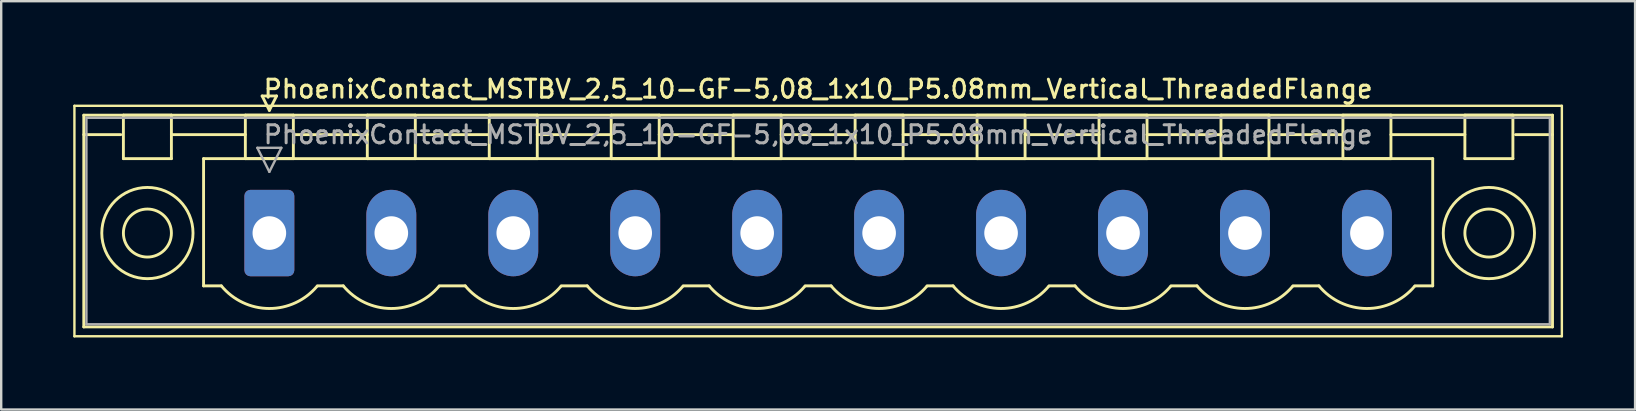
<source format=kicad_pcb>
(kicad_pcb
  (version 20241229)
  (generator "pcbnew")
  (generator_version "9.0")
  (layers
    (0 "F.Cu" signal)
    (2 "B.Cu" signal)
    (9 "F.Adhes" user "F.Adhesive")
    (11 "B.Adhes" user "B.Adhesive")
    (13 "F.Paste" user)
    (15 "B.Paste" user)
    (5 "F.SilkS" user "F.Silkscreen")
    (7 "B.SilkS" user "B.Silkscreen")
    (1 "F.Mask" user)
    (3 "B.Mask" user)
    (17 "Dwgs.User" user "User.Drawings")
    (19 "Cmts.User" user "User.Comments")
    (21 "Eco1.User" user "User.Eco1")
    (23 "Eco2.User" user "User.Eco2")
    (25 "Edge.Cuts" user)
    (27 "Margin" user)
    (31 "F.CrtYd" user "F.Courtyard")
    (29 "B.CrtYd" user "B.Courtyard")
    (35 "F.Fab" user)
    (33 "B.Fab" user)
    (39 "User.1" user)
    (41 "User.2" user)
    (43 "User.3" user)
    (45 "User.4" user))
  (footprint "PhoenixContact_MSTBV_2,5_10-GF-5,08_1x10_P5.08mm_Vertical_ThreadedFlange"
    (layer "F.Cu")
    (at 8.17 6.658)
    (property "Reference" "PhoenixContact_MSTBV_2,5_10-GF-5,08_1x10_P5.08mm_Vertical_ThreadedFlange" (at 22.86 -6 0) (layer "F.SilkS") (effects (font (size 0.75 0.75) (thickness 0.125))))
    (attr through_hole)
    (fp_line (start -8.12 -5.3) (end -8.12 4.3) (stroke (width 0.1) (type solid)) (layer "F.SilkS"))
    (fp_line (start -8.12 4.3) (end 53.84 4.3) (stroke (width 0.1) (type solid)) (layer "F.SilkS"))
    (fp_line (start -7.73 -4.91) (end -7.73 3.91) (stroke (width 0.12) (type solid)) (layer "F.SilkS"))
    (fp_line (start -7.73 -4.1) (end -6.19 -4.1) (stroke (width 0.12) (type solid)) (layer "F.SilkS"))
    (fp_line (start -7.73 3.91) (end 53.45 3.91) (stroke (width 0.12) (type solid)) (layer "F.SilkS"))
    (fp_line (start -6.08 -4.91) (end -4.08 -4.91) (stroke (width 0.12) (type solid)) (layer "F.SilkS"))
    (fp_line (start -6.08 -3.1) (end -6.08 -4.91) (stroke (width 0.12) (type solid)) (layer "F.SilkS"))
    (fp_line (start -4.08 -4.91) (end -4.08 -3.1) (stroke (width 0.12) (type solid)) (layer "F.SilkS"))
    (fp_line (start -4.08 -4.1) (end -1 -4.1) (stroke (width 0.12) (type solid)) (layer "F.SilkS"))
    (fp_line (start -4.08 -3.1) (end -6.08 -3.1) (stroke (width 0.12) (type solid)) (layer "F.SilkS"))
    (fp_line (start -2.74 -3.1) (end 48.46 -3.1) (stroke (width 0.12) (type solid)) (layer "F.SilkS"))
    (fp_line (start -2.74 2.2) (end -2.74 -3.1) (stroke (width 0.12) (type solid)) (layer "F.SilkS"))
    (fp_line (start -2 2.2) (end -2.74 2.2) (stroke (width 0.12) (type solid)) (layer "F.SilkS"))
    (fp_line (start -1 -4.91) (end 1 -4.91) (stroke (width 0.12) (type solid)) (layer "F.SilkS"))
    (fp_line (start -1 -3.1) (end -1 -4.91) (stroke (width 0.12) (type solid)) (layer "F.SilkS"))
    (fp_line (start -0.3 -5.71) (end 0.3 -5.71) (stroke (width 0.12) (type solid)) (layer "F.SilkS"))
    (fp_line (start 0 -5.11) (end -0.3 -5.71) (stroke (width 0.12) (type solid)) (layer "F.SilkS"))
    (fp_line (start 0.3 -5.71) (end 0 -5.11) (stroke (width 0.12) (type solid)) (layer "F.SilkS"))
    (fp_line (start 1 -4.91) (end 1 -3.1) (stroke (width 0.12) (type solid)) (layer "F.SilkS"))
    (fp_line (start 1 -4.1) (end 4.08 -4.1) (stroke (width 0.12) (type solid)) (layer "F.SilkS"))
    (fp_line (start 1 -3.1) (end -1 -3.1) (stroke (width 0.12) (type solid)) (layer "F.SilkS"))
    (fp_line (start 2 2.2) (end 3.08 2.2) (stroke (width 0.12) (type solid)) (layer "F.SilkS"))
    (fp_line (start 4.08 -4.91) (end 6.08 -4.91) (stroke (width 0.12) (type solid)) (layer "F.SilkS"))
    (fp_line (start 4.08 -3.1) (end 4.08 -4.91) (stroke (width 0.12) (type solid)) (layer "F.SilkS"))
    (fp_line (start 6.08 -4.91) (end 6.08 -3.1) (stroke (width 0.12) (type solid)) (layer "F.SilkS"))
    (fp_line (start 6.08 -4.1) (end 9.16 -4.1) (stroke (width 0.12) (type solid)) (layer "F.SilkS"))
    (fp_line (start 6.08 -3.1) (end 4.08 -3.1) (stroke (width 0.12) (type solid)) (layer "F.SilkS"))
    (fp_line (start 7.08 2.2) (end 8.16 2.2) (stroke (width 0.12) (type solid)) (layer "F.SilkS"))
    (fp_line (start 9.16 -4.91) (end 11.16 -4.91) (stroke (width 0.12) (type solid)) (layer "F.SilkS"))
    (fp_line (start 9.16 -3.1) (end 9.16 -4.91) (stroke (width 0.12) (type solid)) (layer "F.SilkS"))
    (fp_line (start 11.16 -4.91) (end 11.16 -3.1) (stroke (width 0.12) (type solid)) (layer "F.SilkS"))
    (fp_line (start 11.16 -4.1) (end 14.24 -4.1) (stroke (width 0.12) (type solid)) (layer "F.SilkS"))
    (fp_line (start 11.16 -3.1) (end 9.16 -3.1) (stroke (width 0.12) (type solid)) (layer "F.SilkS"))
    (fp_line (start 12.16 2.2) (end 13.24 2.2) (stroke (width 0.12) (type solid)) (layer "F.SilkS"))
    (fp_line (start 14.24 -4.91) (end 16.24 -4.91) (stroke (width 0.12) (type solid)) (layer "F.SilkS"))
    (fp_line (start 14.24 -3.1) (end 14.24 -4.91) (stroke (width 0.12) (type solid)) (layer "F.SilkS"))
    (fp_line (start 16.24 -4.91) (end 16.24 -3.1) (stroke (width 0.12) (type solid)) (layer "F.SilkS"))
    (fp_line (start 16.24 -4.1) (end 19.32 -4.1) (stroke (width 0.12) (type solid)) (layer "F.SilkS"))
    (fp_line (start 16.24 -3.1) (end 14.24 -3.1) (stroke (width 0.12) (type solid)) (layer "F.SilkS"))
    (fp_line (start 17.24 2.2) (end 18.32 2.2) (stroke (width 0.12) (type solid)) (layer "F.SilkS"))
    (fp_line (start 19.32 -4.91) (end 21.32 -4.91) (stroke (width 0.12) (type solid)) (layer "F.SilkS"))
    (fp_line (start 19.32 -3.1) (end 19.32 -4.91) (stroke (width 0.12) (type solid)) (layer "F.SilkS"))
    (fp_line (start 21.32 -4.91) (end 21.32 -3.1) (stroke (width 0.12) (type solid)) (layer "F.SilkS"))
    (fp_line (start 21.32 -4.1) (end 24.4 -4.1) (stroke (width 0.12) (type solid)) (layer "F.SilkS"))
    (fp_line (start 21.32 -3.1) (end 19.32 -3.1) (stroke (width 0.12) (type solid)) (layer "F.SilkS"))
    (fp_line (start 22.32 2.2) (end 23.4 2.2) (stroke (width 0.12) (type solid)) (layer "F.SilkS"))
    (fp_line (start 24.4 -4.91) (end 26.4 -4.91) (stroke (width 0.12) (type solid)) (layer "F.SilkS"))
    (fp_line (start 24.4 -3.1) (end 24.4 -4.91) (stroke (width 0.12) (type solid)) (layer "F.SilkS"))
    (fp_line (start 26.4 -4.91) (end 26.4 -3.1) (stroke (width 0.12) (type solid)) (layer "F.SilkS"))
    (fp_line (start 26.4 -4.1) (end 29.48 -4.1) (stroke (width 0.12) (type solid)) (layer "F.SilkS"))
    (fp_line (start 26.4 -3.1) (end 24.4 -3.1) (stroke (width 0.12) (type solid)) (layer "F.SilkS"))
    (fp_line (start 27.4 2.2) (end 28.48 2.2) (stroke (width 0.12) (type solid)) (layer "F.SilkS"))
    (fp_line (start 29.48 -4.91) (end 31.48 -4.91) (stroke (width 0.12) (type solid)) (layer "F.SilkS"))
    (fp_line (start 29.48 -3.1) (end 29.48 -4.91) (stroke (width 0.12) (type solid)) (layer "F.SilkS"))
    (fp_line (start 31.48 -4.91) (end 31.48 -3.1) (stroke (width 0.12) (type solid)) (layer "F.SilkS"))
    (fp_line (start 31.48 -4.1) (end 34.56 -4.1) (stroke (width 0.12) (type solid)) (layer "F.SilkS"))
    (fp_line (start 31.48 -3.1) (end 29.48 -3.1) (stroke (width 0.12) (type solid)) (layer "F.SilkS"))
    (fp_line (start 32.48 2.2) (end 33.56 2.2) (stroke (width 0.12) (type solid)) (layer "F.SilkS"))
    (fp_line (start 34.56 -4.91) (end 36.56 -4.91) (stroke (width 0.12) (type solid)) (layer "F.SilkS"))
    (fp_line (start 34.56 -3.1) (end 34.56 -4.91) (stroke (width 0.12) (type solid)) (layer "F.SilkS"))
    (fp_line (start 36.56 -4.91) (end 36.56 -3.1) (stroke (width 0.12) (type solid)) (layer "F.SilkS"))
    (fp_line (start 36.56 -4.1) (end 39.64 -4.1) (stroke (width 0.12) (type solid)) (layer "F.SilkS"))
    (fp_line (start 36.56 -3.1) (end 34.56 -3.1) (stroke (width 0.12) (type solid)) (layer "F.SilkS"))
    (fp_line (start 37.56 2.2) (end 38.64 2.2) (stroke (width 0.12) (type solid)) (layer "F.SilkS"))
    (fp_line (start 39.64 -4.91) (end 41.64 -4.91) (stroke (width 0.12) (type solid)) (layer "F.SilkS"))
    (fp_line (start 39.64 -3.1) (end 39.64 -4.91) (stroke (width 0.12) (type solid)) (layer "F.SilkS"))
    (fp_line (start 41.64 -4.91) (end 41.64 -3.1) (stroke (width 0.12) (type solid)) (layer "F.SilkS"))
    (fp_line (start 41.64 -4.1) (end 44.72 -4.1) (stroke (width 0.12) (type solid)) (layer "F.SilkS"))
    (fp_line (start 41.64 -3.1) (end 39.64 -3.1) (stroke (width 0.12) (type solid)) (layer "F.SilkS"))
    (fp_line (start 42.64 2.2) (end 43.72 2.2) (stroke (width 0.12) (type solid)) (layer "F.SilkS"))
    (fp_line (start 44.72 -4.91) (end 46.72 -4.91) (stroke (width 0.12) (type solid)) (layer "F.SilkS"))
    (fp_line (start 44.72 -3.1) (end 44.72 -4.91) (stroke (width 0.12) (type solid)) (layer "F.SilkS"))
    (fp_line (start 46.72 -4.91) (end 46.72 -3.1) (stroke (width 0.12) (type solid)) (layer "F.SilkS"))
    (fp_line (start 46.72 -4.1) (end 49.8 -4.1) (stroke (width 0.12) (type solid)) (layer "F.SilkS"))
    (fp_line (start 46.72 -3.1) (end 44.72 -3.1) (stroke (width 0.12) (type solid)) (layer "F.SilkS"))
    (fp_line (start 48.46 -3.1) (end 48.46 2.2) (stroke (width 0.12) (type solid)) (layer "F.SilkS"))
    (fp_line (start 48.46 2.2) (end 47.72 2.2) (stroke (width 0.12) (type solid)) (layer "F.SilkS"))
    (fp_line (start 49.8 -4.91) (end 51.8 -4.91) (stroke (width 0.12) (type solid)) (layer "F.SilkS"))
    (fp_line (start 49.8 -3.1) (end 49.8 -4.91) (stroke (width 0.12) (type solid)) (layer "F.SilkS"))
    (fp_line (start 51.8 -4.91) (end 51.8 -3.1) (stroke (width 0.12) (type solid)) (layer "F.SilkS"))
    (fp_line (start 51.8 -3.1) (end 49.8 -3.1) (stroke (width 0.12) (type solid)) (layer "F.SilkS"))
    (fp_line (start 53.45 -4.91) (end -7.73 -4.91) (stroke (width 0.12) (type solid)) (layer "F.SilkS"))
    (fp_line (start 53.45 -4.1) (end 51.91 -4.1) (stroke (width 0.12) (type solid)) (layer "F.SilkS"))
    (fp_line (start 53.45 3.91) (end 53.45 -4.91) (stroke (width 0.12) (type solid)) (layer "F.SilkS"))
    (fp_line (start 53.84 -5.3) (end -8.12 -5.3) (stroke (width 0.1) (type solid)) (layer "F.SilkS"))
    (fp_line (start 53.84 4.3) (end 53.84 -5.3) (stroke (width 0.1) (type solid)) (layer "F.SilkS"))
    (fp_arc (start 1.986842 2.215821) (mid -0.010289 3.142758) (end -2 2.2) (stroke (width 0.12) (type solid)) (layer "F.SilkS"))
    (fp_arc (start 7.066842 2.215821) (mid 5.069711 3.142758) (end 3.08 2.2) (stroke (width 0.12) (type solid)) (layer "F.SilkS"))
    (fp_arc (start 12.146842 2.215821) (mid 10.149711 3.142758) (end 8.16 2.2) (stroke (width 0.12) (type solid)) (layer "F.SilkS"))
    (fp_arc (start 17.226842 2.215821) (mid 15.229711 3.142758) (end 13.24 2.2) (stroke (width 0.12) (type solid)) (layer "F.SilkS"))
    (fp_arc (start 22.306842 2.215821) (mid 20.309711 3.142758) (end 18.32 2.2) (stroke (width 0.12) (type solid)) (layer "F.SilkS"))
    (fp_arc (start 27.386842 2.215821) (mid 25.389711 3.142758) (end 23.4 2.2) (stroke (width 0.12) (type solid)) (layer "F.SilkS"))
    (fp_arc (start 32.466842 2.215821) (mid 30.469711 3.142758) (end 28.48 2.2) (stroke (width 0.12) (type solid)) (layer "F.SilkS"))
    (fp_arc (start 37.546842 2.215821) (mid 35.549711 3.142758) (end 33.56 2.2) (stroke (width 0.12) (type solid)) (layer "F.SilkS"))
    (fp_arc (start 42.626842 2.215821) (mid 40.629711 3.142758) (end 38.64 2.2) (stroke (width 0.12) (type solid)) (layer "F.SilkS"))
    (fp_arc (start 47.706842 2.215821) (mid 45.709711 3.142758) (end 43.72 2.2) (stroke (width 0.12) (type solid)) (layer "F.SilkS"))
    (fp_circle (center -5.08 0) (end -4.08 0) (stroke (width 0.12) (type solid)) (fill no) (layer "F.SilkS"))
    (fp_circle (center -5.08 0) (end -3.18 0) (stroke (width 0.12) (type solid)) (fill no) (layer "F.SilkS"))
    (fp_circle (center 50.8 0) (end 51.8 0) (stroke (width 0.12) (type solid)) (fill no) (layer "F.SilkS"))
    (fp_circle (center 50.8 0) (end 52.7 0) (stroke (width 0.12) (type solid)) (fill no) (layer "F.SilkS"))
    (fp_line (start -7.62 -4.8) (end -7.62 3.8) (stroke (width 0.1) (type solid)) (layer "F.Fab"))
    (fp_line (start -7.62 3.8) (end 53.34 3.8) (stroke (width 0.1) (type solid)) (layer "F.Fab"))
    (fp_line (start -0.5 -3.55) (end 0.5 -3.55) (stroke (width 0.1) (type solid)) (layer "F.Fab"))
    (fp_line (start 0 -2.55) (end -0.5 -3.55) (stroke (width 0.1) (type solid)) (layer "F.Fab"))
    (fp_line (start 0.5 -3.55) (end 0 -2.55) (stroke (width 0.1) (type solid)) (layer "F.Fab"))
    (fp_line (start 53.34 -4.8) (end -7.62 -4.8) (stroke (width 0.1) (type solid)) (layer "F.Fab"))
    (fp_line (start 53.34 3.8) (end 53.34 -4.8) (stroke (width 0.1) (type solid)) (layer "F.Fab"))
    (fp_text user "${REFERENCE}" (at 22.86 -4.1 0) (layer "F.Fab") (effects (font (size 0.75 0.75) (thickness 0.125))))
    (pad "1" thru_hole roundrect (at 0 0) (size 2.08 3.6) (drill 1.4) (layers "*.Cu" "*.Mask") (roundrect_rratio 0.12))
    (pad "2" thru_hole oval (at 5.08 0) (size 2.08 3.6) (drill 1.4) (layers "*.Cu" "*.Mask"))
    (pad "3" thru_hole oval (at 10.16 0) (size 2.08 3.6) (drill 1.4) (layers "*.Cu" "*.Mask"))
    (pad "4" thru_hole oval (at 15.24 0) (size 2.08 3.6) (drill 1.4) (layers "*.Cu" "*.Mask"))
    (pad "5" thru_hole oval (at 20.32 0) (size 2.08 3.6) (drill 1.4) (layers "*.Cu" "*.Mask"))
    (pad "6" thru_hole oval (at 25.4 0) (size 2.08 3.6) (drill 1.4) (layers "*.Cu" "*.Mask"))
    (pad "7" thru_hole oval (at 30.48 0) (size 2.08 3.6) (drill 1.4) (layers "*.Cu" "*.Mask"))
    (pad "8" thru_hole oval (at 35.56 0) (size 2.08 3.6) (drill 1.4) (layers "*.Cu" "*.Mask"))
    (pad "9" thru_hole oval (at 40.64 0) (size 2.08 3.6) (drill 1.4) (layers "*.Cu" "*.Mask"))
    (pad "10" thru_hole oval (at 45.72 0) (size 2.08 3.6) (drill 1.4) (layers "*.Cu" "*.Mask")))
  (gr_rect
    (start -3 -3)
    (end 65.06 14.008)
    (stroke (width 0.1) (type default))
    (fill no)
    (layer "Edge.Cuts")))
</source>
